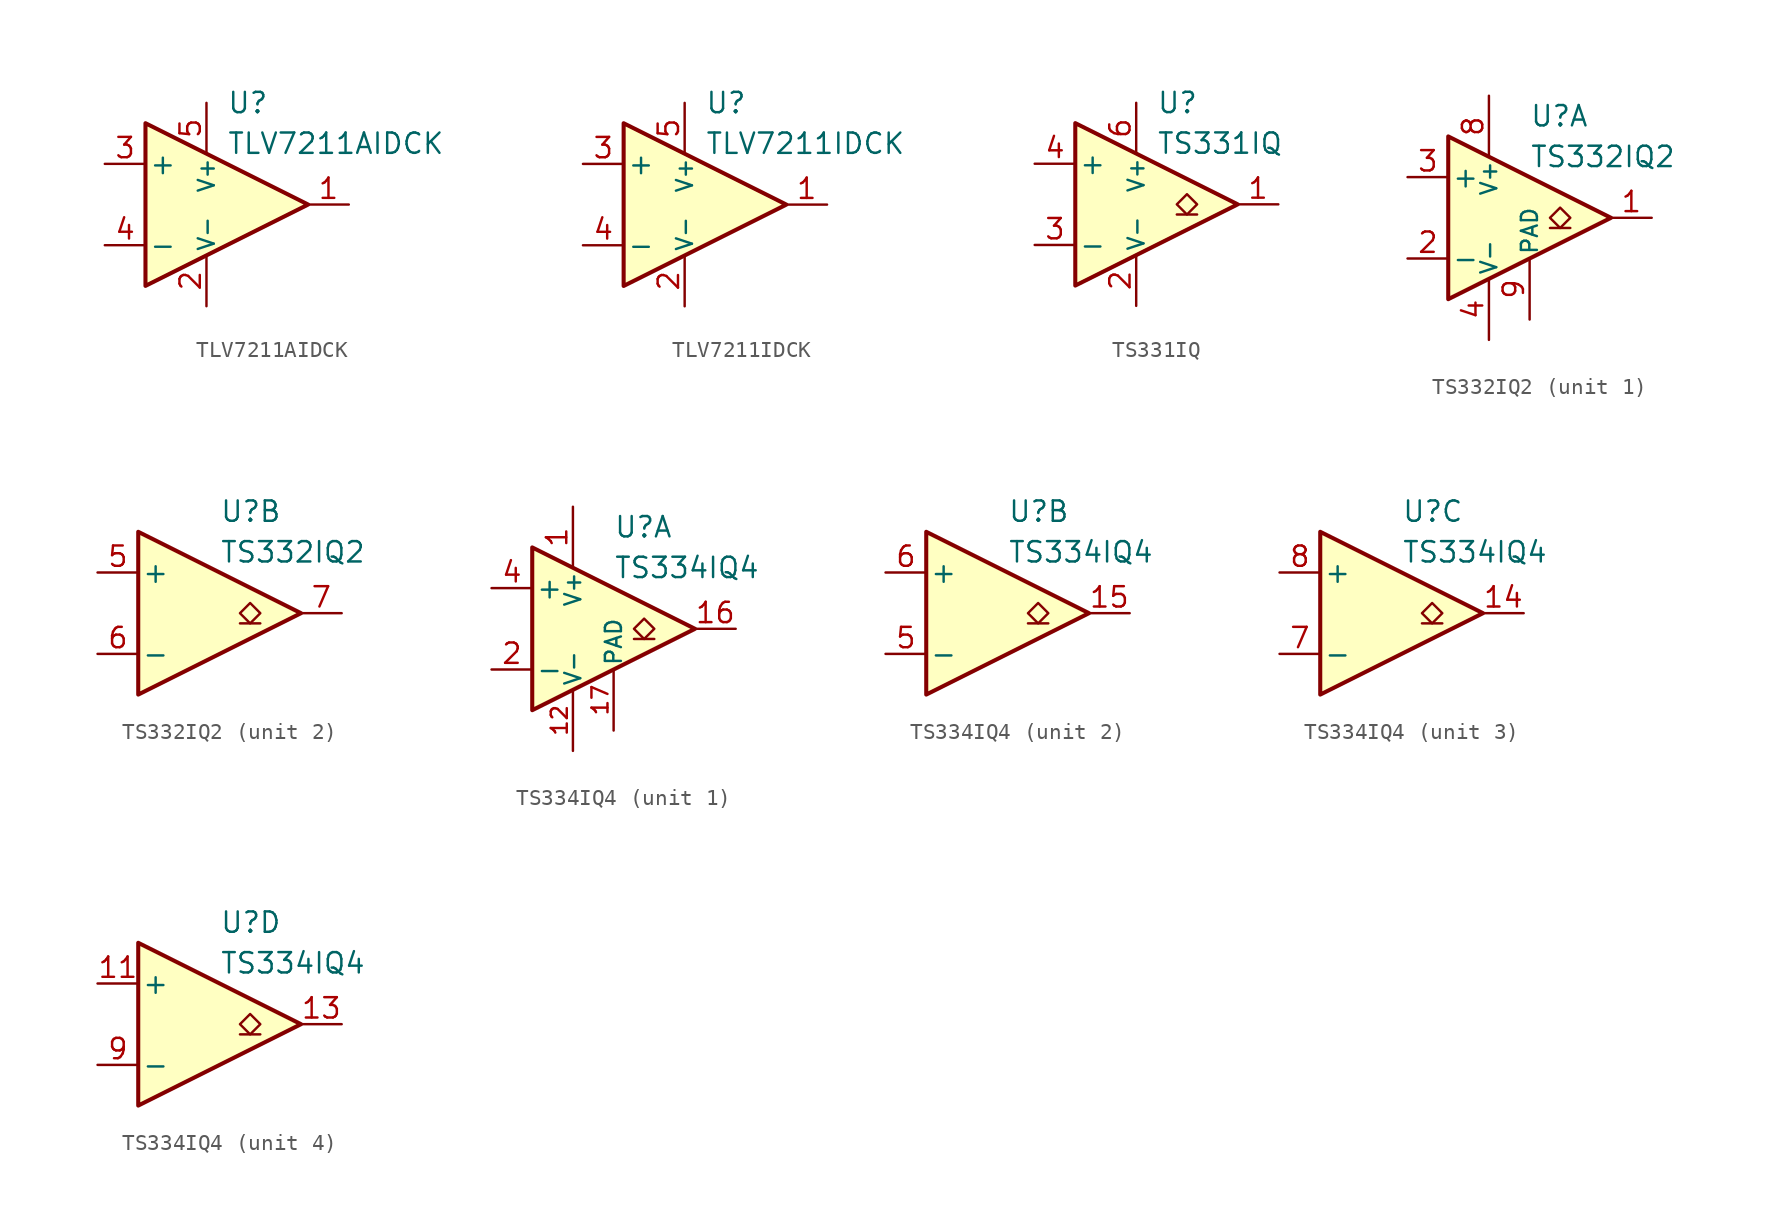
<source format=kicad_sym>
(kicad_symbol_lib
  (version 20231120)
  (generator "kicad_symbol_editor")
  (generator_version "8.0")
  (symbol "TLV7211AIDCK"
    (pin_names
      (offset 0.2))
    (property "Reference" "U"
      (at 1.27 6.35 0)
      (effects (font (size 1.27 1.27)) (justify left)))
    (property "Value" "TLV7211AIDCK"
      (at 1.27 3.81 0)
      (effects (font (size 1.27 1.27)) (justify left)))
    (symbol "TLV7211AIDCK_0_1"
      (polyline (pts (xy -3.81 5.08) (xy -3.81 -5.08) (xy 6.35 0) (xy -3.81 5.08)) (stroke (width 0.254) (type default)) (fill (type background))))
    (symbol "TLV7211AIDCK_1_1"
      (pin output line (at 8.89 0 180) (length 2.54) (name "~" (effects (font (size 1.27 1.27)))) (number "1" (effects (font (size 1.27 1.27)))))
      (pin power_in line (at 0 -6.35 90) (length 3.18) (name "V-" (effects (font (size 1 1)))) (number "2" (effects (font (size 1.27 1.27)))))
      (pin input line (at -6.35 2.54 0) (length 2.54) (name "+" (effects (font (size 1.27 1.27)))) (number "3" (effects (font (size 1.27 1.27)))))
      (pin input line (at -6.35 -2.54 0) (length 2.54) (name "-" (effects (font (size 1.27 1.27)))) (number "4" (effects (font (size 1.27 1.27)))))
      (pin power_in line (at 0 6.35 270) (length 3.18) (name "V+" (effects (font (size 1 1)))) (number "5" (effects (font (size 1.27 1.27)))))
      (pin no_connect line (at -1.27 0 0) (length 2.54) hide (name "NC" (effects (font (size 1.27 1.27)))) (number "6" (effects (font (size 1.27 1.27)))))))
  (symbol "TLV7211IDCK"
    (pin_names
      (offset 0.2))
    (property "Reference" "U"
      (at 1.27 6.35 0)
      (effects (font (size 1.27 1.27)) (justify left)))
    (property "Value" "TLV7211IDCK"
      (at 1.27 3.81 0)
      (effects (font (size 1.27 1.27)) (justify left)))
    (symbol "TLV7211IDCK_0_1"
      (polyline (pts (xy -3.81 5.08) (xy -3.81 -5.08) (xy 6.35 0) (xy -3.81 5.08)) (stroke (width 0.254) (type default)) (fill (type background))))
    (symbol "TLV7211IDCK_1_1"
      (pin output line (at 8.89 0 180) (length 2.54) (name "~" (effects (font (size 1.27 1.27)))) (number "1" (effects (font (size 1.27 1.27)))))
      (pin power_in line (at 0 -6.35 90) (length 3.18) (name "V-" (effects (font (size 1 1)))) (number "2" (effects (font (size 1.27 1.27)))))
      (pin input line (at -6.35 2.54 0) (length 2.54) (name "+" (effects (font (size 1.27 1.27)))) (number "3" (effects (font (size 1.27 1.27)))))
      (pin input line (at -6.35 -2.54 0) (length 2.54) (name "-" (effects (font (size 1.27 1.27)))) (number "4" (effects (font (size 1.27 1.27)))))
      (pin power_in line (at 0 6.35 270) (length 3.18) (name "V+" (effects (font (size 1 1)))) (number "5" (effects (font (size 1.27 1.27)))))
      (pin no_connect line (at -1.27 0 0) (length 2.54) hide (name "NC" (effects (font (size 1.27 1.27)))) (number "6" (effects (font (size 1.27 1.27)))))))
  (symbol "TS331IQ"
    (pin_names
      (offset 0.2))
    (property "Reference" "U"
      (at 1.27 6.35 0)
      (effects (font (size 1.27 1.27)) (justify left)))
    (property "Value" "TS331IQ"
      (at 1.27 3.81 0)
      (effects (font (size 1.27 1.27)) (justify left)))
    (symbol "TS331IQ_0_1"
      (polyline (pts (xy -3.81 5.08) (xy -3.81 -5.08) (xy 6.35 0) (xy -3.81 5.08)) (stroke (width 0.254) (type default)) (fill (type background))))
    (symbol "TS331IQ_1_1"
      (polyline (pts (xy 3.81 -0.635) (xy 2.54 -0.635)) (stroke (width 0.152) (type default)) (fill (type none)))
      (polyline (pts (xy 3.175 -0.635) (xy 2.54 0) (xy 3.175 0.635) (xy 3.81 0) (xy 3.175 -0.635)) (stroke (width 0.152) (type default)) (fill (type none)))
      (pin open_collector line (at 8.89 0 180) (length 2.54) (name "~" (effects (font (size 1.27 1.27)))) (number "1" (effects (font (size 1.27 1.27)))))
      (pin power_in line (at 0 -6.35 90) (length 3.18) (name "V-" (effects (font (size 1 1)))) (number "2" (effects (font (size 1.27 1.27)))))
      (pin input line (at -6.35 -2.54 0) (length 2.54) (name "-" (effects (font (size 1.27 1.27)))) (number "3" (effects (font (size 1.27 1.27)))))
      (pin input line (at -6.35 2.54 0) (length 2.54) (name "+" (effects (font (size 1.27 1.27)))) (number "4" (effects (font (size 1.27 1.27)))))
      (pin no_connect line (at -1.27 0 0) (length 2.54) hide (name "NC" (effects (font (size 1.27 1.27)))) (number "5" (effects (font (size 1.27 1.27)))))
      (pin power_in line (at 0 6.35 270) (length 3.18) (name "V+" (effects (font (size 1 1)))) (number "6" (effects (font (size 1.27 1.27)))))))
  (symbol "TS332IQ2"
    (pin_names
      (offset 0.2))
    (property "Reference" "U"
      (at 1.27 6.35 0)
      (effects (font (size 1.27 1.27)) (justify left)))
    (property "Value" "TS332IQ2"
      (at 1.27 3.81 0)
      (effects (font (size 1.27 1.27)) (justify left)))
    (property "ki_locked" ""
      (at 0 0 0)
      (effects (font (size 1.27 1.27))))
    (symbol "TS332IQ2_0_1"
      (polyline (pts (xy -3.81 5.08) (xy -3.81 -5.08) (xy 6.35 0) (xy -3.81 5.08)) (stroke (width 0.254) (type default)) (fill (type background))))
    (symbol "TS332IQ2_1_1"
      (polyline (pts (xy 3.81 -0.635) (xy 2.54 -0.635)) (stroke (width 0.152) (type default)) (fill (type none)))
      (polyline (pts (xy 3.175 -0.635) (xy 2.54 0) (xy 3.175 0.635) (xy 3.81 0) (xy 3.175 -0.635)) (stroke (width 0.152) (type default)) (fill (type none)))
      (pin open_collector line (at 8.89 0 180) (length 2.54) (name "~" (effects (font (size 1.27 1.27)))) (number "1" (effects (font (size 1.27 1.27)))))
      (pin input line (at -6.35 -2.54 0) (length 2.54) (name "-" (effects (font (size 1.27 1.27)))) (number "2" (effects (font (size 1.27 1.27)))))
      (pin input line (at -6.35 2.54 0) (length 2.54) (name "+" (effects (font (size 1.27 1.27)))) (number "3" (effects (font (size 1.27 1.27)))))
      (pin power_in line (at -1.27 -7.62 90) (length 3.81) (name "V-" (effects (font (size 1 1)))) (number "4" (effects (font (size 1.27 1.27)))))
      (pin power_in line (at -1.27 7.62 270) (length 3.81) (name "V+" (effects (font (size 1 1)))) (number "8" (effects (font (size 1.27 1.27)))))
      (pin power_in line (at 1.27 -6.35 90) (length 3.81) (name "PAD" (effects (font (size 1 1)))) (number "9" (effects (font (size 1.27 1.27))))))
    (symbol "TS332IQ2_2_1"
      (polyline (pts (xy 3.81 -0.635) (xy 2.54 -0.635)) (stroke (width 0.152) (type default)) (fill (type none)))
      (polyline (pts (xy 3.175 -0.635) (xy 2.54 0) (xy 3.175 0.635) (xy 3.81 0) (xy 3.175 -0.635)) (stroke (width 0.152) (type default)) (fill (type none)))
      (pin input line (at -6.35 2.54 0) (length 2.54) (name "+" (effects (font (size 1.27 1.27)))) (number "5" (effects (font (size 1.27 1.27)))))
      (pin input line (at -6.35 -2.54 0) (length 2.54) (name "-" (effects (font (size 1.27 1.27)))) (number "6" (effects (font (size 1.27 1.27)))))
      (pin open_collector line (at 8.89 0 180) (length 2.54) (name "~" (effects (font (size 1.27 1.27)))) (number "7" (effects (font (size 1.27 1.27)))))))
  (symbol "TS334IQ4"
    (pin_names
      (offset 0.2))
    (property "Reference" "U"
      (at 1.27 6.35 0)
      (effects (font (size 1.27 1.27)) (justify left)))
    (property "Value" "TS334IQ4"
      (at 1.27 3.81 0)
      (effects (font (size 1.27 1.27)) (justify left)))
    (property "ki_locked" ""
      (at 0 0 0)
      (effects (font (size 1.27 1.27))))
    (symbol "TS334IQ4_0_1"
      (polyline (pts (xy -3.81 5.08) (xy -3.81 -5.08) (xy 6.35 0) (xy -3.81 5.08)) (stroke (width 0.254) (type default)) (fill (type background))))
    (symbol "TS334IQ4_1_1"
      (polyline (pts (xy 3.81 -0.635) (xy 2.54 -0.635)) (stroke (width 0.152) (type default)) (fill (type none)))
      (polyline (pts (xy 3.175 -0.635) (xy 2.54 0) (xy 3.175 0.635) (xy 3.81 0) (xy 3.175 -0.635)) (stroke (width 0.152) (type default)) (fill (type none)))
      (pin power_in line (at -1.27 7.62 270) (length 3.81) (name "V+" (effects (font (size 1 1)))) (number "1" (effects (font (size 1.27 1.27)))))
      (pin free line (at -2.54 -1.27 0) (length 2.54) hide (name "NC" (effects (font (size 1.27 1.27)))) (number "10" (effects (font (size 1.27 1.27)))))
      (pin power_in line (at -1.27 -7.62 90) (length 3.81) (name "V-" (effects (font (size 1 1)))) (number "12" (effects (font (size 1 1)))))
      (pin open_collector line (at 8.89 0 180) (length 2.54) (name "~" (effects (font (size 1.27 1.27)))) (number "16" (effects (font (size 1.27 1.27)))))
      (pin power_in line (at 1.27 -6.35 90) (length 3.81) (name "PAD" (effects (font (size 1 1)))) (number "17" (effects (font (size 1 1)))))
      (pin input line (at -6.35 -2.54 0) (length 2.54) (name "-" (effects (font (size 1.27 1.27)))) (number "2" (effects (font (size 1.27 1.27)))))
      (pin free line (at -2.54 1.27 0) (length 2.54) hide (name "NC" (effects (font (size 1.27 1.27)))) (number "3" (effects (font (size 1.27 1.27)))))
      (pin input line (at -6.35 2.54 0) (length 2.54) (name "+" (effects (font (size 1.27 1.27)))) (number "4" (effects (font (size 1.27 1.27))))))
    (symbol "TS334IQ4_2_1"
      (polyline (pts (xy 3.81 -0.635) (xy 2.54 -0.635)) (stroke (width 0.152) (type default)) (fill (type none)))
      (polyline (pts (xy 3.175 -0.635) (xy 2.54 0) (xy 3.175 0.635) (xy 3.81 0) (xy 3.175 -0.635)) (stroke (width 0.152) (type default)) (fill (type none)))
      (pin open_collector line (at 8.89 0 180) (length 2.54) (name "~" (effects (font (size 1.27 1.27)))) (number "15" (effects (font (size 1.27 1.27)))))
      (pin input line (at -6.35 -2.54 0) (length 2.54) (name "-" (effects (font (size 1.27 1.27)))) (number "5" (effects (font (size 1.27 1.27)))))
      (pin input line (at -6.35 2.54 0) (length 2.54) (name "+" (effects (font (size 1.27 1.27)))) (number "6" (effects (font (size 1.27 1.27))))))
    (symbol "TS334IQ4_3_1"
      (polyline (pts (xy 3.81 -0.635) (xy 2.54 -0.635)) (stroke (width 0.152) (type default)) (fill (type none)))
      (polyline (pts (xy 3.175 -0.635) (xy 2.54 0) (xy 3.175 0.635) (xy 3.81 0) (xy 3.175 -0.635)) (stroke (width 0.152) (type default)) (fill (type none)))
      (pin open_collector line (at 8.89 0 180) (length 2.54) (name "~" (effects (font (size 1.27 1.27)))) (number "14" (effects (font (size 1.27 1.27)))))
      (pin input line (at -6.35 -2.54 0) (length 2.54) (name "-" (effects (font (size 1.27 1.27)))) (number "7" (effects (font (size 1.27 1.27)))))
      (pin input line (at -6.35 2.54 0) (length 2.54) (name "+" (effects (font (size 1.27 1.27)))) (number "8" (effects (font (size 1.27 1.27))))))
    (symbol "TS334IQ4_4_1"
      (polyline (pts (xy 3.81 -0.635) (xy 2.54 -0.635)) (stroke (width 0.152) (type default)) (fill (type none)))
      (polyline (pts (xy 3.175 -0.635) (xy 2.54 0) (xy 3.175 0.635) (xy 3.81 0) (xy 3.175 -0.635)) (stroke (width 0.152) (type default)) (fill (type none)))
      (pin input line (at -6.35 2.54 0) (length 2.54) (name "+" (effects (font (size 1.27 1.27)))) (number "11" (effects (font (size 1.27 1.27)))))
      (pin open_collector line (at 8.89 0 180) (length 2.54) (name "~" (effects (font (size 1.27 1.27)))) (number "13" (effects (font (size 1.27 1.27)))))
      (pin input line (at -6.35 -2.54 0) (length 2.54) (name "-" (effects (font (size 1.27 1.27)))) (number "9" (effects (font (size 1.27 1.27))))))))
</source>
